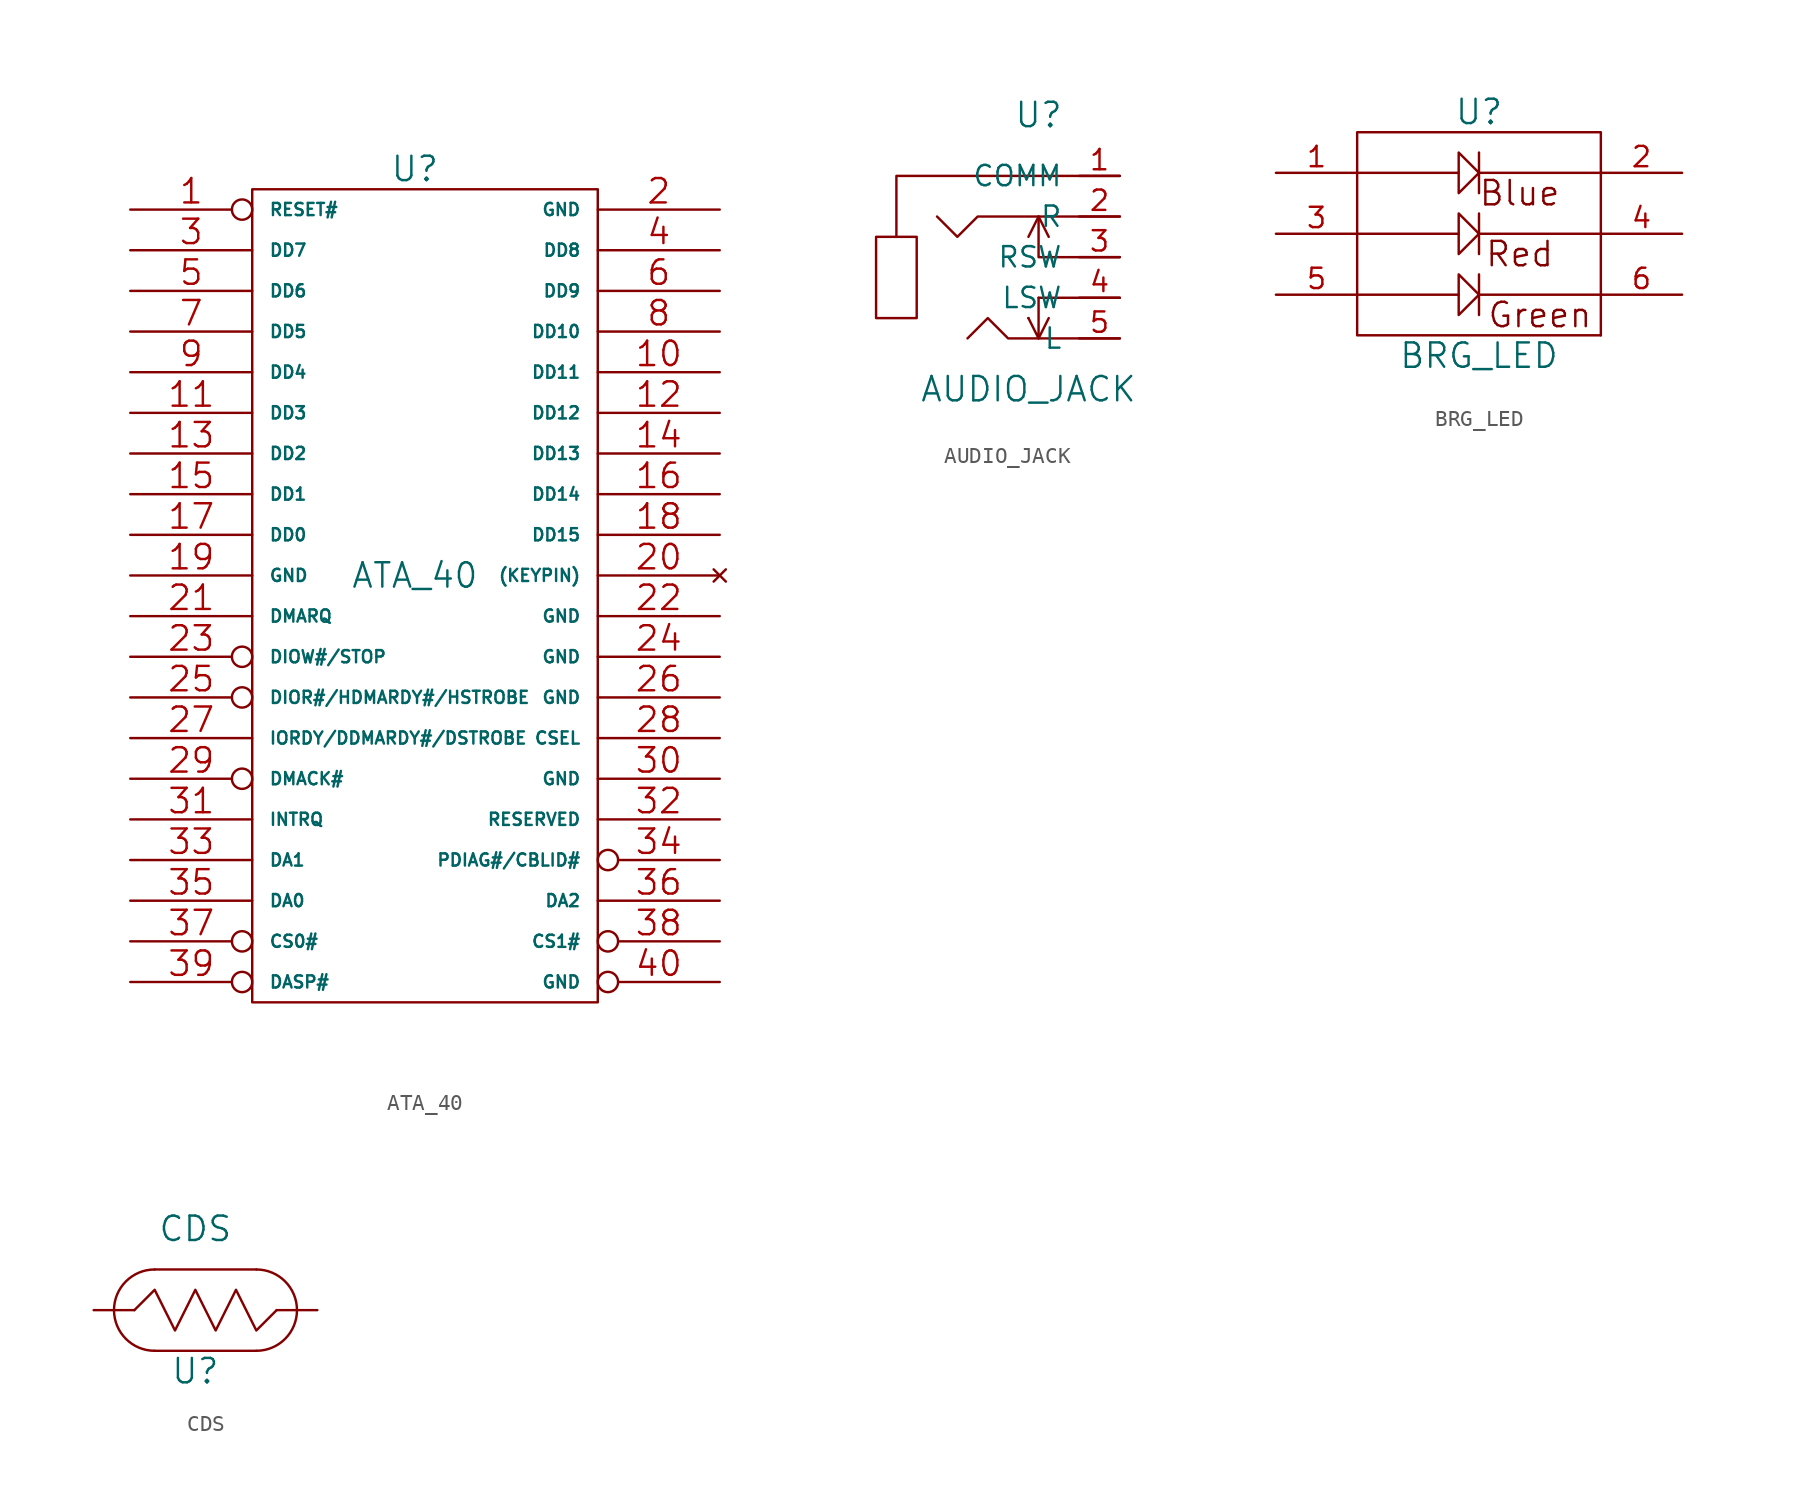
<source format=kicad_sym>
(kicad_symbol_lib
  (version 20220914)
  (generator kicad_symbol_editor)
  (symbol "ATA_40"
    (pin_names
      (offset 1.016))
    (property "Reference" "U"
      (at -1.27 26.67 0)
      (effects (font (size 1.524 1.524))))
    (property "Value" "ATA_40"
      (at -1.27 1.27 0)
      (effects (font (size 1.524 1.524))))
    (property "Footprint" ""
      (at -2.54 1.27 0)
      (effects (font (size 1.524 1.524))))
    (property "Datasheet" ""
      (at -2.54 1.27 0)
      (effects (font (size 1.524 1.524))))
    (symbol "ATA_40_0_1"
      (rectangle (start -11.43 25.4) (end 10.16 -25.4) (stroke (width 0) (type solid)) (fill (type none))))
    (symbol "ATA_40_1_1"
      (pin passive inverted (at -19.05 24.13 0) (length 7.62) (name "RESET#" (effects (font (size 0.762 0.762)))) (number "1" (effects (font (size 1.524 1.524)))))
      (pin power_in line (at 17.78 13.97 180) (length 7.62) (name "DD11" (effects (font (size 0.762 0.762)))) (number "10" (effects (font (size 1.524 1.524)))))
      (pin passive line (at -19.05 11.43 0) (length 7.62) (name "DD3" (effects (font (size 0.762 0.762)))) (number "11" (effects (font (size 1.524 1.524)))))
      (pin power_in line (at 17.78 11.43 180) (length 7.62) (name "DD12" (effects (font (size 0.762 0.762)))) (number "12" (effects (font (size 1.524 1.524)))))
      (pin passive line (at -19.05 8.89 0) (length 7.62) (name "DD2" (effects (font (size 0.762 0.762)))) (number "13" (effects (font (size 1.524 1.524)))))
      (pin power_in line (at 17.78 8.89 180) (length 7.62) (name "DD13" (effects (font (size 0.762 0.762)))) (number "14" (effects (font (size 1.524 1.524)))))
      (pin passive line (at -19.05 6.35 0) (length 7.62) (name "DD1" (effects (font (size 0.762 0.762)))) (number "15" (effects (font (size 1.524 1.524)))))
      (pin power_in line (at 17.78 6.35 180) (length 7.62) (name "DD14" (effects (font (size 0.762 0.762)))) (number "16" (effects (font (size 1.524 1.524)))))
      (pin passive line (at -19.05 3.81 0) (length 7.62) (name "DD0" (effects (font (size 0.762 0.762)))) (number "17" (effects (font (size 1.524 1.524)))))
      (pin power_in line (at 17.78 3.81 180) (length 7.62) (name "DD15" (effects (font (size 0.762 0.762)))) (number "18" (effects (font (size 1.524 1.524)))))
      (pin power_in line (at -19.05 1.27 0) (length 7.62) (name "GND" (effects (font (size 0.762 0.762)))) (number "19" (effects (font (size 1.524 1.524)))))
      (pin power_in line (at 17.78 24.13 180) (length 7.62) (name "GND" (effects (font (size 0.762 0.762)))) (number "2" (effects (font (size 1.524 1.524)))))
      (pin no_connect line (at 17.78 1.27 180) (length 7.62) (name "(KEYPIN)" (effects (font (size 0.762 0.762)))) (number "20" (effects (font (size 1.524 1.524)))))
      (pin input line (at -19.05 -1.27 0) (length 7.62) (name "DMARQ" (effects (font (size 0.762 0.762)))) (number "21" (effects (font (size 1.524 1.524)))))
      (pin power_in line (at 17.78 -1.27 180) (length 7.62) (name "GND" (effects (font (size 0.762 0.762)))) (number "22" (effects (font (size 1.524 1.524)))))
      (pin input inverted (at -19.05 -3.81 0) (length 7.62) (name "DIOW#/STOP" (effects (font (size 0.762 0.762)))) (number "23" (effects (font (size 1.524 1.524)))))
      (pin power_in line (at 17.78 -3.81 180) (length 7.62) (name "GND" (effects (font (size 0.762 0.762)))) (number "24" (effects (font (size 1.524 1.524)))))
      (pin input inverted (at -19.05 -6.35 0) (length 7.62) (name "DIOR#/HDMARDY#/HSTROBE" (effects (font (size 0.762 0.762)))) (number "25" (effects (font (size 1.524 1.524)))))
      (pin power_in line (at 17.78 -6.35 180) (length 7.62) (name "GND" (effects (font (size 0.762 0.762)))) (number "26" (effects (font (size 1.524 1.524)))))
      (pin input line (at -19.05 -8.89 0) (length 7.62) (name "IORDY/DDMARDY#/DSTROBE" (effects (font (size 0.762 0.762)))) (number "27" (effects (font (size 1.524 1.524)))))
      (pin input line (at 17.78 -8.89 180) (length 7.62) (name "CSEL" (effects (font (size 0.762 0.762)))) (number "28" (effects (font (size 1.524 1.524)))))
      (pin input inverted (at -19.05 -11.43 0) (length 7.62) (name "DMACK#" (effects (font (size 0.762 0.762)))) (number "29" (effects (font (size 1.524 1.524)))))
      (pin passive line (at -19.05 21.59 0) (length 7.62) (name "DD7" (effects (font (size 0.762 0.762)))) (number "3" (effects (font (size 1.524 1.524)))))
      (pin power_in line (at 17.78 -11.43 180) (length 7.62) (name "GND" (effects (font (size 0.762 0.762)))) (number "30" (effects (font (size 1.524 1.524)))))
      (pin input line (at -19.05 -13.97 0) (length 7.62) (name "INTRQ" (effects (font (size 0.762 0.762)))) (number "31" (effects (font (size 1.524 1.524)))))
      (pin input line (at 17.78 -13.97 180) (length 7.62) (name "RESERVED" (effects (font (size 0.762 0.762)))) (number "32" (effects (font (size 1.524 1.524)))))
      (pin input line (at -19.05 -16.51 0) (length 7.62) (name "DA1" (effects (font (size 0.762 0.762)))) (number "33" (effects (font (size 1.524 1.524)))))
      (pin input inverted (at 17.78 -16.51 180) (length 7.62) (name "PDIAG#/CBLID#" (effects (font (size 0.762 0.762)))) (number "34" (effects (font (size 1.524 1.524)))))
      (pin input line (at -19.05 -19.05 0) (length 7.62) (name "DA0" (effects (font (size 0.762 0.762)))) (number "35" (effects (font (size 1.524 1.524)))))
      (pin input line (at 17.78 -19.05 180) (length 7.62) (name "DA2" (effects (font (size 0.762 0.762)))) (number "36" (effects (font (size 1.524 1.524)))))
      (pin input inverted (at -19.05 -21.59 0) (length 7.62) (name "CS0#" (effects (font (size 0.762 0.762)))) (number "37" (effects (font (size 1.524 1.524)))))
      (pin input inverted (at 17.78 -21.59 180) (length 7.62) (name "CS1#" (effects (font (size 0.762 0.762)))) (number "38" (effects (font (size 1.524 1.524)))))
      (pin input inverted (at -19.05 -24.13 0) (length 7.62) (name "DASP#" (effects (font (size 0.762 0.762)))) (number "39" (effects (font (size 1.524 1.524)))))
      (pin power_in line (at 17.78 21.59 180) (length 7.62) (name "DD8" (effects (font (size 0.762 0.762)))) (number "4" (effects (font (size 1.524 1.524)))))
      (pin power_in inverted (at 17.78 -24.13 180) (length 7.62) (name "GND" (effects (font (size 0.762 0.762)))) (number "40" (effects (font (size 1.524 1.524)))))
      (pin passive line (at -19.05 19.05 0) (length 7.62) (name "DD6" (effects (font (size 0.762 0.762)))) (number "5" (effects (font (size 1.524 1.524)))))
      (pin power_in line (at 17.78 19.05 180) (length 7.62) (name "DD9" (effects (font (size 0.762 0.762)))) (number "6" (effects (font (size 1.524 1.524)))))
      (pin passive line (at -19.05 16.51 0) (length 7.62) (name "DD5" (effects (font (size 0.762 0.762)))) (number "7" (effects (font (size 1.524 1.524)))))
      (pin power_in line (at 17.78 16.51 180) (length 7.62) (name "DD10" (effects (font (size 0.762 0.762)))) (number "8" (effects (font (size 1.524 1.524)))))
      (pin passive line (at -19.05 13.97 0) (length 7.62) (name "DD4" (effects (font (size 0.762 0.762)))) (number "9" (effects (font (size 1.524 1.524)))))))
  (symbol "AUDIO_JACK"
    (pin_names
      (offset 1.016))
    (property "Reference" "U"
      (at 0 10.16 0)
      (effects (font (size 1.524 1.524))))
    (property "Value" "AUDIO_JACK"
      (at -0.635 -6.985 0)
      (effects (font (size 1.524 1.524))))
    (property "Footprint" ""
      (at 0 0 0)
      (effects (font (size 1.524 1.524))))
    (property "Datasheet" ""
      (at 0 0 0)
      (effects (font (size 1.524 1.524))))
    (symbol "AUDIO_JACK_0_1"
      (rectangle (start -10.16 2.54) (end -7.62 -2.54) (stroke (width 0) (type solid)) (fill (type none)))
      (polyline (pts (xy -0.635 -2.54) (xy -0.635 -2.54)) (stroke (width 0) (type solid)) (fill (type none)))
      (polyline (pts (xy 0 -3.81) (xy 0.635 -2.54)) (stroke (width 0) (type solid)) (fill (type none)))
      (polyline (pts (xy 0 -1.27) (xy 5.08 -1.27)) (stroke (width 0) (type solid)) (fill (type none)))
      (polyline (pts (xy -8.89 2.54) (xy -8.89 6.35) (xy 5.08 6.35)) (stroke (width 0) (type solid)) (fill (type none)))
      (polyline (pts (xy -0.635 2.54) (xy 0 3.81) (xy 0.635 2.54)) (stroke (width 0) (type solid)) (fill (type none)))
      (polyline (pts (xy 0 -1.27) (xy 0 -3.81) (xy -0.635 -2.54)) (stroke (width 0) (type solid)) (fill (type none)))
      (polyline (pts (xy 0 3.81) (xy 0 1.27) (xy 5.08 1.27)) (stroke (width 0) (type solid)) (fill (type none)))
      (polyline (pts (xy 5.08 -3.81) (xy -1.905 -3.81) (xy -3.175 -2.54) (xy -4.445 -3.81)) (stroke (width 0) (type solid)) (fill (type none)))
      (polyline (pts (xy 5.08 3.81) (xy -3.81 3.81) (xy -5.08 2.54) (xy -6.35 3.81)) (stroke (width 0) (type solid)) (fill (type none))))
    (symbol "AUDIO_JACK_1_1"
      (pin bidirectional line (at 5.08 6.35 180) (length 2.54) (name "COMM" (effects (font (size 1.27 1.27)))) (number "1" (effects (font (size 1.27 1.27)))))
      (pin bidirectional line (at 5.08 3.81 180) (length 2.54) (name "R" (effects (font (size 1.27 1.27)))) (number "2" (effects (font (size 1.27 1.27)))))
      (pin bidirectional line (at 5.08 1.27 180) (length 2.54) (name "RSW" (effects (font (size 1.27 1.27)))) (number "3" (effects (font (size 1.27 1.27)))))
      (pin bidirectional line (at 5.08 -1.27 180) (length 2.54) (name "LSW" (effects (font (size 1.27 1.27)))) (number "4" (effects (font (size 1.27 1.27)))))
      (pin bidirectional line (at 5.08 -3.81 180) (length 2.54) (name "L" (effects (font (size 1.27 1.27)))) (number "5" (effects (font (size 1.27 1.27)))))))
  (symbol "BRG_LED"
    (pin_names
      (offset 1.016))
    (property "Reference" "U"
      (at 0 7.62 0)
      (effects (font (size 1.524 1.524))))
    (property "Value" "BRG_LED"
      (at 0 -7.62 0)
      (effects (font (size 1.524 1.524))))
    (property "Footprint" ""
      (at 0 -1.27 0)
      (effects (font (size 1.524 1.524))))
    (property "Datasheet" ""
      (at 0 -1.27 0)
      (effects (font (size 1.524 1.524))))
    (symbol "BRG_LED_0_0"
      (polyline (pts (xy -7.62 -3.81) (xy -1.27 -3.81)) (stroke (width 0) (type solid)) (fill (type none)))
      (polyline (pts (xy -7.62 0) (xy -1.27 0)) (stroke (width 0) (type solid)) (fill (type none)))
      (polyline (pts (xy -7.62 3.81) (xy -1.27 3.81)) (stroke (width 0) (type solid)) (fill (type none)))
      (polyline (pts (xy 0 -3.81) (xy 7.62 -3.81)) (stroke (width 0) (type solid)) (fill (type none)))
      (polyline (pts (xy 0 0) (xy 7.62 0)) (stroke (width 0) (type solid)) (fill (type none)))
      (polyline (pts (xy 0 3.81) (xy 7.62 3.81)) (stroke (width 0) (type solid)) (fill (type none)))
      (polyline (pts (xy 7.62 -3.81) (xy 7.62 -6.35)) (stroke (width 0) (type solid)) (fill (type none)))
      (polyline (pts (xy 7.62 -3.81) (xy 7.62 6.35) (xy -5.08 6.35) (xy -7.62 6.35) (xy -7.62 -6.35) (xy 7.62 -6.35)) (stroke (width 0) (type solid)) (fill (type none)))
      (text "Blue" (at 2.54 2.54 0) (effects (font (size 1.524 1.524))))
      (text "Green" (at 3.81 -5.08 0) (effects (font (size 1.524 1.524))))
      (text "Red" (at 2.54 -1.27 0) (effects (font (size 1.524 1.524)))))
    (symbol "BRG_LED_0_1"
      (polyline (pts (xy 0 -2.54) (xy 0 -5.08)) (stroke (width 0) (type solid)) (fill (type none)))
      (polyline (pts (xy 0 1.27) (xy 0 -1.27)) (stroke (width 0) (type solid)) (fill (type none)))
      (polyline (pts (xy 0 -3.81) (xy -1.27 -2.54) (xy -1.27 -5.08) (xy 0 -3.81)) (stroke (width 0) (type solid)) (fill (type none)))
      (polyline (pts (xy 0 0) (xy -1.27 1.27) (xy -1.27 -1.27) (xy 0 0)) (stroke (width 0) (type solid)) (fill (type none)))
      (polyline (pts (xy 0 2.54) (xy 0 5.08) (xy 0 3.81) (xy -1.27 5.08) (xy -1.27 2.54) (xy 0 3.81)) (stroke (width 0) (type solid)) (fill (type none))))
    (symbol "BRG_LED_1_1"
      (pin input line (at -12.7 3.81 0) (length 5.08) (name "~" (effects (font (size 1.27 1.27)))) (number "1" (effects (font (size 1.27 1.27)))))
      (pin input line (at 12.7 3.81 180) (length 5.08) (name "~" (effects (font (size 1.27 1.27)))) (number "2" (effects (font (size 1.27 1.27)))))
      (pin input line (at -12.7 0 0) (length 5.08) (name "~" (effects (font (size 1.27 1.27)))) (number "3" (effects (font (size 1.27 1.27)))))
      (pin input line (at 12.7 0 180) (length 5.08) (name "~" (effects (font (size 1.27 1.27)))) (number "4" (effects (font (size 1.27 1.27)))))
      (pin input line (at -12.7 -3.81 0) (length 5.08) (name "~" (effects (font (size 1.27 1.27)))) (number "5" (effects (font (size 1.27 1.27)))))
      (pin input line (at 12.7 -3.81 180) (length 5.08) (name "~" (effects (font (size 1.27 1.27)))) (number "6" (effects (font (size 1.27 1.27)))))))
  (symbol "CDS"
    (pin_names
      (offset 1.016))
    (property "Reference" "U"
      (at 0 -3.81 0)
      (effects (font (size 1.524 1.524))))
    (property "Value" "CDS"
      (at 0 5.08 0)
      (effects (font (size 1.524 1.524))))
    (property "Footprint" ""
      (at 0 0 0)
      (effects (font (size 1.524 1.524))))
    (property "Datasheet" ""
      (at 0 0 0)
      (effects (font (size 1.524 1.524))))
    (symbol "CDS_0_1"
      (arc (start -2.54 2.54) (mid -5.069 0) (end -2.54 -2.54) (stroke (width 0) (type solid)) (fill (type none)))
      (polyline (pts (xy -2.54 -2.54) (xy 3.81 -2.54)) (stroke (width 0) (type solid)) (fill (type none)))
      (polyline (pts (xy -2.54 2.54) (xy 3.81 2.54)) (stroke (width 0) (type solid)) (fill (type none)))
      (polyline (pts (xy -3.81 0) (xy -2.54 1.27) (xy -1.27 -1.27) (xy 0 1.27) (xy 1.27 -1.27) (xy 2.54 1.27) (xy 3.81 -1.27) (xy 5.08 0)) (stroke (width 0) (type solid)) (fill (type none)))
      (arc (start 3.81 -2.54) (mid 6.339 0) (end 3.81 2.54) (stroke (width 0) (type solid)) (fill (type none))))
    (symbol "CDS_1_1"
      (pin input line (at -6.35 0 0) (length 2.54) (name "~" (effects (font (size 1.27 1.27)))) (number "~" (effects (font (size 1.27 1.27)))))
      (pin input line (at 7.62 0 180) (length 2.54) (name "~" (effects (font (size 1.27 1.27)))) (number "~" (effects (font (size 1.27 1.27))))))))
</source>
